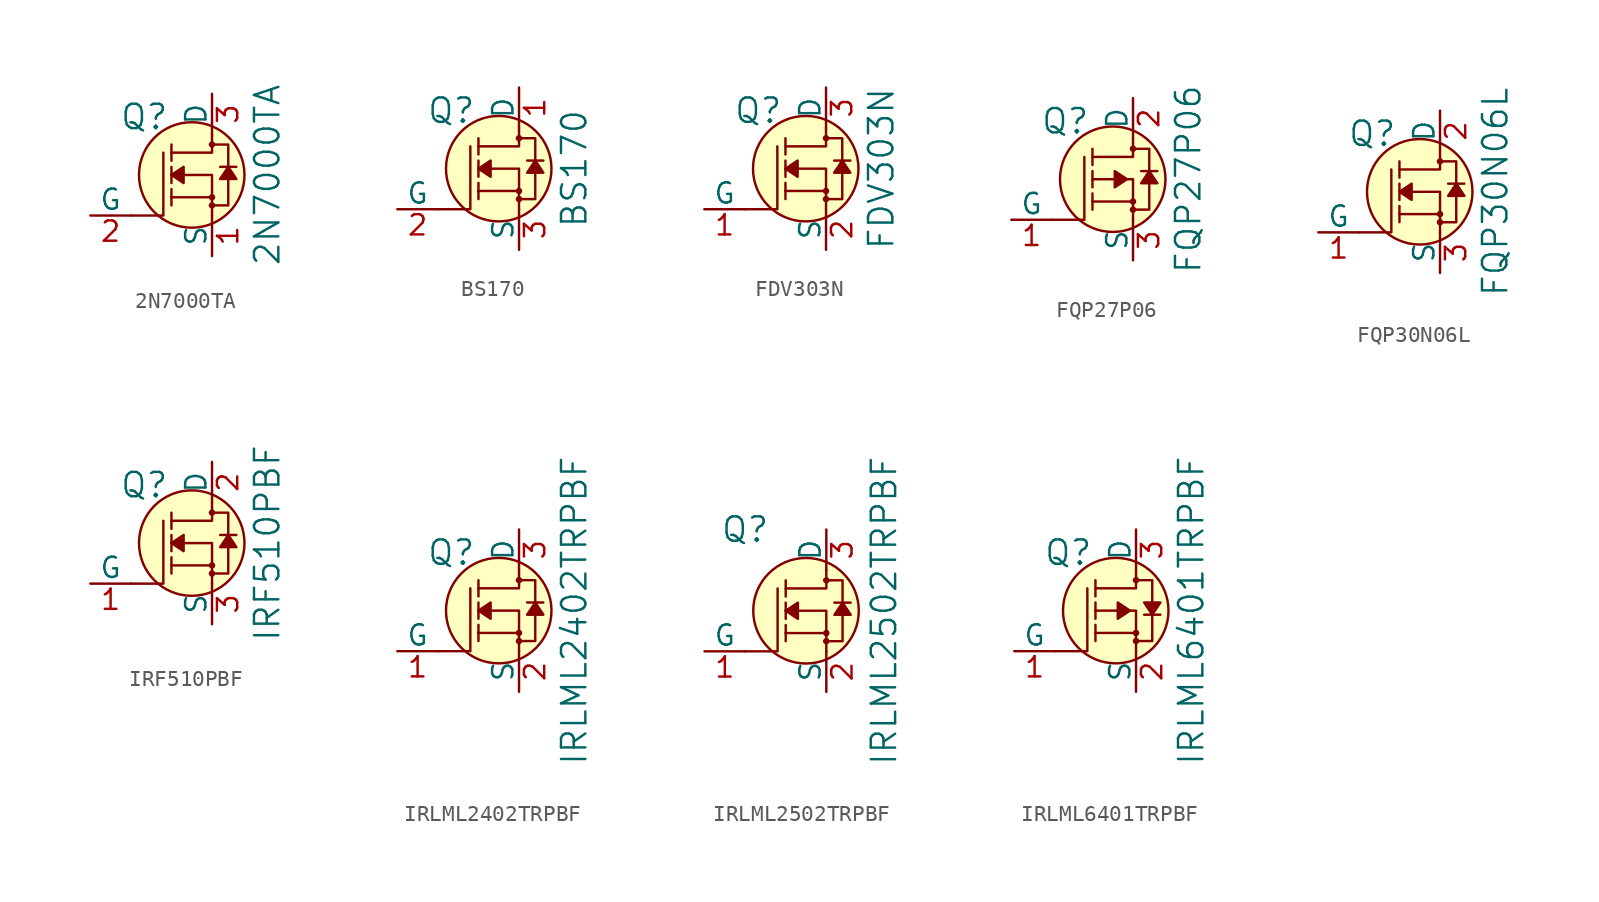
<source format=kicad_sym>
(kicad_symbol_lib
  (version 20231120)
  (generator "kicad_symbol_editor")
  (generator_version "8.0")
  (symbol "2N7000TA"
    (pin_names
      (offset 0))
    (property "Reference" "Q"
      (at -2.692 3.632 0)
      (effects (font (size 1.524 1.524)) (justify right)))
    (property "Value" "2N7000TA"
      (at 3.454 0 90)
      (effects (font (size 1.524 1.524))))
    (symbol "2N7000TA_0_1"
      (circle (center -1.27 0) (radius 3.302) (stroke (width 0) (type solid)) (fill (type background)))
      (circle (center 0 -1.905) (radius 0.127) (stroke (width 0) (type solid)) (fill (type none)))
      (circle (center 0 -1.397) (radius 0.127) (stroke (width 0) (type solid)) (fill (type none)))
      (polyline (pts (xy 0 -1.397) (xy -2.54 -1.397)) (stroke (width 0) (type solid)) (fill (type none)))
      (polyline (pts (xy -5.08 -2.54) (xy -3.048 -2.54) (xy -3.048 1.397)) (stroke (width 0) (type solid)) (fill (type none)))
      (polyline (pts (xy 0 -2.54) (xy 0 0) (xy -2.54 0)) (stroke (width 0) (type solid)) (fill (type none)))
      (polyline (pts (xy 0 2.54) (xy 0 1.397) (xy -2.54 1.397)) (stroke (width 0) (type solid)) (fill (type none)))
      (polyline (pts (xy -0.127 -1.905) (xy 1.016 -1.905) (xy 1.016 1.397) (xy 1.016 1.905) (xy -0.127 1.905)) (stroke (width 0) (type solid)) (fill (type none)))
      (circle (center 0 1.905) (radius 0.127) (stroke (width 0) (type solid)) (fill (type none))))
    (symbol "2N7000TA_1_1"
      (polyline (pts (xy -2.54 -1.397) (xy -2.54 -1.905)) (stroke (width 0) (type solid)) (fill (type none)))
      (polyline (pts (xy -2.54 -1.397) (xy -2.54 -0.889)) (stroke (width 0) (type solid)) (fill (type none)))
      (polyline (pts (xy -2.54 0) (xy -2.54 -0.508)) (stroke (width 0) (type solid)) (fill (type none)))
      (polyline (pts (xy -2.54 0) (xy -2.54 0.508)) (stroke (width 0) (type solid)) (fill (type none)))
      (polyline (pts (xy -2.54 1.905) (xy -2.54 0.889)) (stroke (width 0) (type solid)) (fill (type none)))
      (polyline (pts (xy 1.524 0.508) (xy 0.508 0.508)) (stroke (width 0) (type solid)) (fill (type none)))
      (polyline (pts (xy -2.54 0) (xy -1.778 0.508) (xy -1.778 -0.508) (xy -2.54 0)) (stroke (width 0) (type solid)) (fill (type outline)))
      (polyline (pts (xy 1.016 0.508) (xy 0.508 -0.254) (xy 1.524 -0.254) (xy 1.016 0.508)) (stroke (width 0) (type solid)) (fill (type outline)))
      (pin bidirectional line (at 0 -5.08 90) (length 2.54) (name "S" (effects (font (size 1.27 1.27)))) (number "1" (effects (font (size 1.27 1.27)))))
      (pin bidirectional line (at -7.62 -2.54 0) (length 2.54) (name "G" (effects (font (size 1.27 1.27)))) (number "2" (effects (font (size 1.27 1.27)))))
      (pin bidirectional line (at 0 5.08 270) (length 2.54) (name "D" (effects (font (size 1.27 1.27)))) (number "3" (effects (font (size 1.27 1.27)))))))
  (symbol "BS170"
    (pin_names
      (offset 0))
    (property "Reference" "Q"
      (at -2.692 3.632 0)
      (effects (font (size 1.524 1.524)) (justify right)))
    (property "Value" "BS170"
      (at 3.454 0 90)
      (effects (font (size 1.524 1.524))))
    (symbol "BS170_0_1"
      (circle (center -1.27 0) (radius 3.302) (stroke (width 0) (type solid)) (fill (type background)))
      (circle (center 0 -1.905) (radius 0.127) (stroke (width 0) (type solid)) (fill (type none)))
      (circle (center 0 -1.397) (radius 0.127) (stroke (width 0) (type solid)) (fill (type none)))
      (polyline (pts (xy 0 -1.397) (xy -2.54 -1.397)) (stroke (width 0) (type solid)) (fill (type none)))
      (polyline (pts (xy -5.08 -2.54) (xy -3.048 -2.54) (xy -3.048 1.397)) (stroke (width 0) (type solid)) (fill (type none)))
      (polyline (pts (xy 0 -2.54) (xy 0 0) (xy -2.54 0)) (stroke (width 0) (type solid)) (fill (type none)))
      (polyline (pts (xy 0 2.54) (xy 0 1.397) (xy -2.54 1.397)) (stroke (width 0) (type solid)) (fill (type none)))
      (polyline (pts (xy -0.127 -1.905) (xy 1.016 -1.905) (xy 1.016 1.397) (xy 1.016 1.905) (xy -0.127 1.905)) (stroke (width 0) (type solid)) (fill (type none)))
      (circle (center 0 1.905) (radius 0.127) (stroke (width 0) (type solid)) (fill (type none))))
    (symbol "BS170_1_1"
      (polyline (pts (xy -2.54 -1.397) (xy -2.54 -1.905)) (stroke (width 0) (type solid)) (fill (type none)))
      (polyline (pts (xy -2.54 -1.397) (xy -2.54 -0.889)) (stroke (width 0) (type solid)) (fill (type none)))
      (polyline (pts (xy -2.54 0) (xy -2.54 -0.508)) (stroke (width 0) (type solid)) (fill (type none)))
      (polyline (pts (xy -2.54 0) (xy -2.54 0.508)) (stroke (width 0) (type solid)) (fill (type none)))
      (polyline (pts (xy -2.54 1.905) (xy -2.54 0.889)) (stroke (width 0) (type solid)) (fill (type none)))
      (polyline (pts (xy 1.524 0.508) (xy 0.508 0.508)) (stroke (width 0) (type solid)) (fill (type none)))
      (polyline (pts (xy -2.54 0) (xy -1.778 0.508) (xy -1.778 -0.508) (xy -2.54 0)) (stroke (width 0) (type solid)) (fill (type outline)))
      (polyline (pts (xy 1.016 0.508) (xy 0.508 -0.254) (xy 1.524 -0.254) (xy 1.016 0.508)) (stroke (width 0) (type solid)) (fill (type outline)))
      (pin bidirectional line (at 0 5.08 270) (length 2.54) (name "D" (effects (font (size 1.27 1.27)))) (number "1" (effects (font (size 1.27 1.27)))))
      (pin bidirectional line (at -7.62 -2.54 0) (length 2.54) (name "G" (effects (font (size 1.27 1.27)))) (number "2" (effects (font (size 1.27 1.27)))))
      (pin bidirectional line (at 0 -5.08 90) (length 2.54) (name "S" (effects (font (size 1.27 1.27)))) (number "3" (effects (font (size 1.27 1.27)))))))
  (symbol "FDV303N"
    (pin_names
      (offset 0))
    (property "Reference" "Q"
      (at -2.692 3.632 0)
      (effects (font (size 1.524 1.524)) (justify right)))
    (property "Value" "FDV303N"
      (at 3.454 0 90)
      (effects (font (size 1.524 1.524))))
    (symbol "FDV303N_0_1"
      (circle (center -1.27 0) (radius 3.302) (stroke (width 0) (type solid)) (fill (type background)))
      (circle (center 0 -1.905) (radius 0.127) (stroke (width 0) (type solid)) (fill (type none)))
      (circle (center 0 -1.397) (radius 0.127) (stroke (width 0) (type solid)) (fill (type none)))
      (polyline (pts (xy 0 -1.397) (xy -2.54 -1.397)) (stroke (width 0) (type solid)) (fill (type none)))
      (polyline (pts (xy -5.08 -2.54) (xy -3.048 -2.54) (xy -3.048 1.397)) (stroke (width 0) (type solid)) (fill (type none)))
      (polyline (pts (xy 0 -2.54) (xy 0 0) (xy -2.54 0)) (stroke (width 0) (type solid)) (fill (type none)))
      (polyline (pts (xy 0 2.54) (xy 0 1.397) (xy -2.54 1.397)) (stroke (width 0) (type solid)) (fill (type none)))
      (polyline (pts (xy -0.127 -1.905) (xy 1.016 -1.905) (xy 1.016 1.397) (xy 1.016 1.905) (xy -0.127 1.905)) (stroke (width 0) (type solid)) (fill (type none)))
      (circle (center 0 1.905) (radius 0.127) (stroke (width 0) (type solid)) (fill (type none))))
    (symbol "FDV303N_1_1"
      (polyline (pts (xy -2.54 -1.397) (xy -2.54 -1.905)) (stroke (width 0) (type solid)) (fill (type none)))
      (polyline (pts (xy -2.54 -1.397) (xy -2.54 -0.889)) (stroke (width 0) (type solid)) (fill (type none)))
      (polyline (pts (xy -2.54 0) (xy -2.54 -0.508)) (stroke (width 0) (type solid)) (fill (type none)))
      (polyline (pts (xy -2.54 0) (xy -2.54 0.508)) (stroke (width 0) (type solid)) (fill (type none)))
      (polyline (pts (xy -2.54 1.905) (xy -2.54 0.889)) (stroke (width 0) (type solid)) (fill (type none)))
      (polyline (pts (xy 1.524 0.508) (xy 0.508 0.508)) (stroke (width 0) (type solid)) (fill (type none)))
      (polyline (pts (xy -2.54 0) (xy -1.778 0.508) (xy -1.778 -0.508) (xy -2.54 0)) (stroke (width 0) (type solid)) (fill (type outline)))
      (polyline (pts (xy 1.016 0.508) (xy 0.508 -0.254) (xy 1.524 -0.254) (xy 1.016 0.508)) (stroke (width 0) (type solid)) (fill (type outline)))
      (pin bidirectional line (at -7.62 -2.54 0) (length 2.54) (name "G" (effects (font (size 1.27 1.27)))) (number "1" (effects (font (size 1.27 1.27)))))
      (pin bidirectional line (at 0 -5.08 90) (length 2.54) (name "S" (effects (font (size 1.27 1.27)))) (number "2" (effects (font (size 1.27 1.27)))))
      (pin bidirectional line (at 0 5.08 270) (length 2.54) (name "D" (effects (font (size 1.27 1.27)))) (number "3" (effects (font (size 1.27 1.27)))))))
  (symbol "FQP27P06"
    (pin_names
      (offset 0))
    (property "Reference" "Q"
      (at -2.692 3.632 0)
      (effects (font (size 1.524 1.524)) (justify right)))
    (property "Value" "FQP27P06"
      (at 3.454 0 90)
      (effects (font (size 1.524 1.524))))
    (symbol "FQP27P06_0_1"
      (circle (center -1.27 0) (radius 3.302) (stroke (width 0) (type solid)) (fill (type background)))
      (circle (center 0 -1.905) (radius 0.127) (stroke (width 0) (type solid)) (fill (type none)))
      (circle (center 0 -1.397) (radius 0.127) (stroke (width 0) (type solid)) (fill (type none)))
      (polyline (pts (xy 0 -1.397) (xy -2.54 -1.397)) (stroke (width 0) (type solid)) (fill (type none)))
      (polyline (pts (xy -5.08 -2.54) (xy -3.048 -2.54) (xy -3.048 1.397)) (stroke (width 0) (type solid)) (fill (type none)))
      (polyline (pts (xy 0 -2.54) (xy 0 0) (xy -2.54 0)) (stroke (width 0) (type solid)) (fill (type none)))
      (polyline (pts (xy 0 2.54) (xy 0 1.397) (xy -2.54 1.397)) (stroke (width 0) (type solid)) (fill (type none)))
      (polyline (pts (xy -0.127 -1.905) (xy 1.016 -1.905) (xy 1.016 1.397) (xy 1.016 1.905) (xy -0.127 1.905)) (stroke (width 0) (type solid)) (fill (type none)))
      (circle (center 0 1.905) (radius 0.127) (stroke (width 0) (type solid)) (fill (type none))))
    (symbol "FQP27P06_1_1"
      (polyline (pts (xy -2.54 -1.397) (xy -2.54 -1.905)) (stroke (width 0) (type solid)) (fill (type none)))
      (polyline (pts (xy -2.54 -1.397) (xy -2.54 -0.889)) (stroke (width 0) (type solid)) (fill (type none)))
      (polyline (pts (xy -2.54 0) (xy -2.54 -0.508)) (stroke (width 0) (type solid)) (fill (type none)))
      (polyline (pts (xy -2.54 0) (xy -2.54 0.508)) (stroke (width 0) (type solid)) (fill (type none)))
      (polyline (pts (xy -2.54 1.905) (xy -2.54 0.889)) (stroke (width 0) (type solid)) (fill (type none)))
      (polyline (pts (xy 1.524 0.508) (xy 0.508 0.508)) (stroke (width 0) (type solid)) (fill (type none)))
      (polyline (pts (xy -0.381 0) (xy -1.143 0.508) (xy -1.143 -0.508) (xy -0.381 0)) (stroke (width 0) (type solid)) (fill (type outline)))
      (polyline (pts (xy 1.016 0.508) (xy 0.508 -0.254) (xy 1.524 -0.254) (xy 1.016 0.508)) (stroke (width 0) (type solid)) (fill (type outline)))
      (pin bidirectional line (at -7.62 -2.54 0) (length 2.54) (name "G" (effects (font (size 1.27 1.27)))) (number "1" (effects (font (size 1.27 1.27)))))
      (pin bidirectional line (at 0 5.08 270) (length 2.54) (name "D" (effects (font (size 1.27 1.27)))) (number "2" (effects (font (size 1.27 1.27)))))
      (pin bidirectional line (at 0 -5.08 90) (length 2.54) (name "S" (effects (font (size 1.27 1.27)))) (number "3" (effects (font (size 1.27 1.27)))))))
  (symbol "FQP30N06L"
    (pin_names
      (offset 0))
    (property "Reference" "Q"
      (at -2.692 3.632 0)
      (effects (font (size 1.524 1.524)) (justify right)))
    (property "Value" "FQP30N06L"
      (at 3.454 0 90)
      (effects (font (size 1.524 1.524))))
    (symbol "FQP30N06L_0_1"
      (circle (center -1.27 0) (radius 3.302) (stroke (width 0) (type solid)) (fill (type background)))
      (circle (center 0 -1.905) (radius 0.127) (stroke (width 0) (type solid)) (fill (type none)))
      (circle (center 0 -1.397) (radius 0.127) (stroke (width 0) (type solid)) (fill (type none)))
      (polyline (pts (xy 0 -1.397) (xy -2.54 -1.397)) (stroke (width 0) (type solid)) (fill (type none)))
      (polyline (pts (xy -5.08 -2.54) (xy -3.048 -2.54) (xy -3.048 1.397)) (stroke (width 0) (type solid)) (fill (type none)))
      (polyline (pts (xy 0 -2.54) (xy 0 0) (xy -2.54 0)) (stroke (width 0) (type solid)) (fill (type none)))
      (polyline (pts (xy 0 2.54) (xy 0 1.397) (xy -2.54 1.397)) (stroke (width 0) (type solid)) (fill (type none)))
      (polyline (pts (xy -0.127 -1.905) (xy 1.016 -1.905) (xy 1.016 1.397) (xy 1.016 1.905) (xy -0.127 1.905)) (stroke (width 0) (type solid)) (fill (type none)))
      (circle (center 0 1.905) (radius 0.127) (stroke (width 0) (type solid)) (fill (type none))))
    (symbol "FQP30N06L_1_1"
      (polyline (pts (xy -2.54 -1.397) (xy -2.54 -1.905)) (stroke (width 0) (type solid)) (fill (type none)))
      (polyline (pts (xy -2.54 -1.397) (xy -2.54 -0.889)) (stroke (width 0) (type solid)) (fill (type none)))
      (polyline (pts (xy -2.54 0) (xy -2.54 -0.508)) (stroke (width 0) (type solid)) (fill (type none)))
      (polyline (pts (xy -2.54 0) (xy -2.54 0.508)) (stroke (width 0) (type solid)) (fill (type none)))
      (polyline (pts (xy -2.54 1.905) (xy -2.54 0.889)) (stroke (width 0) (type solid)) (fill (type none)))
      (polyline (pts (xy 1.524 0.508) (xy 0.508 0.508)) (stroke (width 0) (type solid)) (fill (type none)))
      (polyline (pts (xy -2.54 0) (xy -1.778 0.508) (xy -1.778 -0.508) (xy -2.54 0)) (stroke (width 0) (type solid)) (fill (type outline)))
      (polyline (pts (xy 1.016 0.508) (xy 0.508 -0.254) (xy 1.524 -0.254) (xy 1.016 0.508)) (stroke (width 0) (type solid)) (fill (type outline)))
      (pin bidirectional line (at -7.62 -2.54 0) (length 2.54) (name "G" (effects (font (size 1.27 1.27)))) (number "1" (effects (font (size 1.27 1.27)))))
      (pin bidirectional line (at 0 5.08 270) (length 2.54) (name "D" (effects (font (size 1.27 1.27)))) (number "2" (effects (font (size 1.27 1.27)))))
      (pin bidirectional line (at 0 -5.08 90) (length 2.54) (name "S" (effects (font (size 1.27 1.27)))) (number "3" (effects (font (size 1.27 1.27)))))))
  (symbol "IRF510PBF"
    (pin_names
      (offset 0))
    (property "Reference" "Q"
      (at -2.692 3.632 0)
      (effects (font (size 1.524 1.524)) (justify right)))
    (property "Value" "IRF510PBF"
      (at 3.454 0 90)
      (effects (font (size 1.524 1.524))))
    (symbol "IRF510PBF_0_1"
      (circle (center -1.27 0) (radius 3.302) (stroke (width 0) (type solid)) (fill (type background)))
      (circle (center 0 -1.905) (radius 0.127) (stroke (width 0) (type solid)) (fill (type none)))
      (circle (center 0 -1.397) (radius 0.127) (stroke (width 0) (type solid)) (fill (type none)))
      (polyline (pts (xy 0 -1.397) (xy -2.54 -1.397)) (stroke (width 0) (type solid)) (fill (type none)))
      (polyline (pts (xy -5.08 -2.54) (xy -3.048 -2.54) (xy -3.048 1.397)) (stroke (width 0) (type solid)) (fill (type none)))
      (polyline (pts (xy 0 -2.54) (xy 0 0) (xy -2.54 0)) (stroke (width 0) (type solid)) (fill (type none)))
      (polyline (pts (xy 0 2.54) (xy 0 1.397) (xy -2.54 1.397)) (stroke (width 0) (type solid)) (fill (type none)))
      (polyline (pts (xy -0.127 -1.905) (xy 1.016 -1.905) (xy 1.016 1.397) (xy 1.016 1.905) (xy -0.127 1.905)) (stroke (width 0) (type solid)) (fill (type none)))
      (circle (center 0 1.905) (radius 0.127) (stroke (width 0) (type solid)) (fill (type none))))
    (symbol "IRF510PBF_1_1"
      (polyline (pts (xy -2.54 -1.397) (xy -2.54 -1.905)) (stroke (width 0) (type solid)) (fill (type none)))
      (polyline (pts (xy -2.54 -1.397) (xy -2.54 -0.889)) (stroke (width 0) (type solid)) (fill (type none)))
      (polyline (pts (xy -2.54 0) (xy -2.54 -0.508)) (stroke (width 0) (type solid)) (fill (type none)))
      (polyline (pts (xy -2.54 0) (xy -2.54 0.508)) (stroke (width 0) (type solid)) (fill (type none)))
      (polyline (pts (xy -2.54 1.905) (xy -2.54 0.889)) (stroke (width 0) (type solid)) (fill (type none)))
      (polyline (pts (xy 1.524 0.508) (xy 0.508 0.508)) (stroke (width 0) (type solid)) (fill (type none)))
      (polyline (pts (xy -2.54 0) (xy -1.778 0.508) (xy -1.778 -0.508) (xy -2.54 0)) (stroke (width 0) (type solid)) (fill (type outline)))
      (polyline (pts (xy 1.016 0.508) (xy 0.508 -0.254) (xy 1.524 -0.254) (xy 1.016 0.508)) (stroke (width 0) (type solid)) (fill (type outline)))
      (pin bidirectional line (at -7.62 -2.54 0) (length 2.54) (name "G" (effects (font (size 1.27 1.27)))) (number "1" (effects (font (size 1.27 1.27)))))
      (pin bidirectional line (at 0 5.08 270) (length 2.54) (name "D" (effects (font (size 1.27 1.27)))) (number "2" (effects (font (size 1.27 1.27)))))
      (pin bidirectional line (at 0 -5.08 90) (length 2.54) (name "S" (effects (font (size 1.27 1.27)))) (number "3" (effects (font (size 1.27 1.27)))))))
  (symbol "IRLML2402TRPBF"
    (pin_names
      (offset 0))
    (property "Reference" "Q"
      (at -2.692 3.632 0)
      (effects (font (size 1.524 1.524)) (justify right)))
    (property "Value" "IRLML2402TRPBF"
      (at 3.454 0 90)
      (effects (font (size 1.524 1.524))))
    (symbol "IRLML2402TRPBF_0_1"
      (circle (center -1.27 0) (radius 3.302) (stroke (width 0) (type solid)) (fill (type background)))
      (circle (center 0 -1.905) (radius 0.127) (stroke (width 0) (type solid)) (fill (type none)))
      (circle (center 0 -1.397) (radius 0.127) (stroke (width 0) (type solid)) (fill (type none)))
      (polyline (pts (xy 0 -1.397) (xy -2.54 -1.397)) (stroke (width 0) (type solid)) (fill (type none)))
      (polyline (pts (xy -5.08 -2.54) (xy -3.048 -2.54) (xy -3.048 1.397)) (stroke (width 0) (type solid)) (fill (type none)))
      (polyline (pts (xy 0 -2.54) (xy 0 0) (xy -2.54 0)) (stroke (width 0) (type solid)) (fill (type none)))
      (polyline (pts (xy 0 2.54) (xy 0 1.397) (xy -2.54 1.397)) (stroke (width 0) (type solid)) (fill (type none)))
      (polyline (pts (xy -0.127 -1.905) (xy 1.016 -1.905) (xy 1.016 1.397) (xy 1.016 1.905) (xy -0.127 1.905)) (stroke (width 0) (type solid)) (fill (type none)))
      (circle (center 0 1.905) (radius 0.127) (stroke (width 0) (type solid)) (fill (type none))))
    (symbol "IRLML2402TRPBF_1_1"
      (polyline (pts (xy -2.54 -1.397) (xy -2.54 -1.905)) (stroke (width 0) (type solid)) (fill (type none)))
      (polyline (pts (xy -2.54 -1.397) (xy -2.54 -0.889)) (stroke (width 0) (type solid)) (fill (type none)))
      (polyline (pts (xy -2.54 0) (xy -2.54 -0.508)) (stroke (width 0) (type solid)) (fill (type none)))
      (polyline (pts (xy -2.54 0) (xy -2.54 0.508)) (stroke (width 0) (type solid)) (fill (type none)))
      (polyline (pts (xy -2.54 1.905) (xy -2.54 0.889)) (stroke (width 0) (type solid)) (fill (type none)))
      (polyline (pts (xy 1.524 0.508) (xy 0.508 0.508)) (stroke (width 0) (type solid)) (fill (type none)))
      (polyline (pts (xy -2.54 0) (xy -1.778 0.508) (xy -1.778 -0.508) (xy -2.54 0)) (stroke (width 0) (type solid)) (fill (type outline)))
      (polyline (pts (xy 1.016 0.508) (xy 0.508 -0.254) (xy 1.524 -0.254) (xy 1.016 0.508)) (stroke (width 0) (type solid)) (fill (type outline)))
      (pin bidirectional line (at -7.62 -2.54 0) (length 2.54) (name "G" (effects (font (size 1.27 1.27)))) (number "1" (effects (font (size 1.27 1.27)))))
      (pin bidirectional line (at 0 -5.08 90) (length 2.54) (name "S" (effects (font (size 1.27 1.27)))) (number "2" (effects (font (size 1.27 1.27)))))
      (pin bidirectional line (at 0 5.08 270) (length 2.54) (name "D" (effects (font (size 1.27 1.27)))) (number "3" (effects (font (size 1.27 1.27)))))))
  (symbol "IRLML2502TRPBF"
    (pin_names
      (offset 0))
    (property "Reference" "Q"
      (at -5.08 5.08 0)
      (effects (font (size 1.524 1.524))))
    (property "Value" "IRLML2502TRPBF"
      (at 3.607 0 90)
      (effects (font (size 1.524 1.524))))
    (symbol "IRLML2502TRPBF_0_1"
      (circle (center -1.27 0) (radius 3.302) (stroke (width 0) (type solid)) (fill (type background)))
      (circle (center 0 -1.905) (radius 0.127) (stroke (width 0) (type solid)) (fill (type none)))
      (circle (center 0 -1.397) (radius 0.127) (stroke (width 0) (type solid)) (fill (type none)))
      (polyline (pts (xy 0 -1.397) (xy -2.54 -1.397)) (stroke (width 0) (type solid)) (fill (type none)))
      (polyline (pts (xy -5.08 -2.54) (xy -3.048 -2.54) (xy -3.048 1.397)) (stroke (width 0) (type solid)) (fill (type none)))
      (polyline (pts (xy 0 -2.54) (xy 0 0) (xy -2.54 0)) (stroke (width 0) (type solid)) (fill (type none)))
      (polyline (pts (xy 0 2.54) (xy 0 1.397) (xy -2.54 1.397)) (stroke (width 0) (type solid)) (fill (type none)))
      (polyline (pts (xy -0.127 -1.905) (xy 1.016 -1.905) (xy 1.016 1.397) (xy 1.016 1.905) (xy -0.127 1.905)) (stroke (width 0) (type solid)) (fill (type none)))
      (circle (center 0 1.905) (radius 0.127) (stroke (width 0) (type solid)) (fill (type none))))
    (symbol "IRLML2502TRPBF_1_1"
      (polyline (pts (xy -2.54 -1.397) (xy -2.54 -1.905)) (stroke (width 0) (type solid)) (fill (type none)))
      (polyline (pts (xy -2.54 -1.397) (xy -2.54 -0.889)) (stroke (width 0) (type solid)) (fill (type none)))
      (polyline (pts (xy -2.54 0) (xy -2.54 -0.508)) (stroke (width 0) (type solid)) (fill (type none)))
      (polyline (pts (xy -2.54 0) (xy -2.54 0.508)) (stroke (width 0) (type solid)) (fill (type none)))
      (polyline (pts (xy -2.54 1.905) (xy -2.54 0.889)) (stroke (width 0) (type solid)) (fill (type none)))
      (polyline (pts (xy 1.524 0.508) (xy 0.508 0.508)) (stroke (width 0) (type solid)) (fill (type none)))
      (polyline (pts (xy -2.54 0) (xy -1.778 0.508) (xy -1.778 -0.508) (xy -2.54 0)) (stroke (width 0) (type solid)) (fill (type outline)))
      (polyline (pts (xy 1.016 0.508) (xy 0.508 -0.254) (xy 1.524 -0.254) (xy 1.016 0.508)) (stroke (width 0) (type solid)) (fill (type outline)))
      (pin bidirectional line (at -7.62 -2.54 0) (length 2.54) (name "G" (effects (font (size 1.27 1.27)))) (number "1" (effects (font (size 1.27 1.27)))))
      (pin bidirectional line (at 0 -5.08 90) (length 2.54) (name "S" (effects (font (size 1.27 1.27)))) (number "2" (effects (font (size 1.27 1.27)))))
      (pin bidirectional line (at 0 5.08 270) (length 2.54) (name "D" (effects (font (size 1.27 1.27)))) (number "3" (effects (font (size 1.27 1.27)))))))
  (symbol "IRLML6401TRPBF"
    (pin_names
      (offset 0))
    (property "Reference" "Q"
      (at -2.692 3.632 0)
      (effects (font (size 1.524 1.524)) (justify right)))
    (property "Value" "IRLML6401TRPBF"
      (at 3.454 0 90)
      (effects (font (size 1.524 1.524))))
    (symbol "IRLML6401TRPBF_0_1"
      (circle (center -1.27 0) (radius 3.302) (stroke (width 0) (type solid)) (fill (type background)))
      (circle (center 0 -1.905) (radius 0.127) (stroke (width 0) (type solid)) (fill (type none)))
      (circle (center 0 -1.397) (radius 0.127) (stroke (width 0) (type solid)) (fill (type none)))
      (polyline (pts (xy 0 -1.397) (xy -2.54 -1.397)) (stroke (width 0) (type solid)) (fill (type none)))
      (polyline (pts (xy -5.08 -2.54) (xy -3.048 -2.54) (xy -3.048 1.397)) (stroke (width 0) (type solid)) (fill (type none)))
      (polyline (pts (xy 0 -2.54) (xy 0 0) (xy -2.54 0)) (stroke (width 0) (type solid)) (fill (type none)))
      (polyline (pts (xy 0 2.54) (xy 0 1.397) (xy -2.54 1.397)) (stroke (width 0) (type solid)) (fill (type none)))
      (polyline (pts (xy -0.127 -1.905) (xy 1.016 -1.905) (xy 1.016 1.397) (xy 1.016 1.905) (xy -0.127 1.905)) (stroke (width 0) (type solid)) (fill (type none)))
      (circle (center 0 1.905) (radius 0.127) (stroke (width 0) (type solid)) (fill (type none))))
    (symbol "IRLML6401TRPBF_1_1"
      (polyline (pts (xy -2.54 -1.397) (xy -2.54 -1.905)) (stroke (width 0) (type solid)) (fill (type none)))
      (polyline (pts (xy -2.54 -1.397) (xy -2.54 -0.889)) (stroke (width 0) (type solid)) (fill (type none)))
      (polyline (pts (xy -2.54 0) (xy -2.54 -0.508)) (stroke (width 0) (type solid)) (fill (type none)))
      (polyline (pts (xy -2.54 0) (xy -2.54 0.508)) (stroke (width 0) (type solid)) (fill (type none)))
      (polyline (pts (xy -2.54 1.905) (xy -2.54 0.889)) (stroke (width 0) (type solid)) (fill (type none)))
      (polyline (pts (xy 1.524 -0.254) (xy 0.508 -0.254)) (stroke (width 0) (type solid)) (fill (type none)))
      (polyline (pts (xy -0.381 0) (xy -1.143 0.508) (xy -1.143 -0.508) (xy -0.381 0)) (stroke (width 0) (type solid)) (fill (type outline)))
      (polyline (pts (xy 1.016 -0.254) (xy 1.524 0.508) (xy 0.508 0.508) (xy 1.016 -0.254)) (stroke (width 0) (type solid)) (fill (type outline)))
      (pin bidirectional line (at -7.62 -2.54 0) (length 2.54) (name "G" (effects (font (size 1.27 1.27)))) (number "1" (effects (font (size 1.27 1.27)))))
      (pin bidirectional line (at 0 -5.08 90) (length 2.54) (name "S" (effects (font (size 1.27 1.27)))) (number "2" (effects (font (size 1.27 1.27)))))
      (pin bidirectional line (at 0 5.08 270) (length 2.54) (name "D" (effects (font (size 1.27 1.27)))) (number "3" (effects (font (size 1.27 1.27))))))))
</source>
